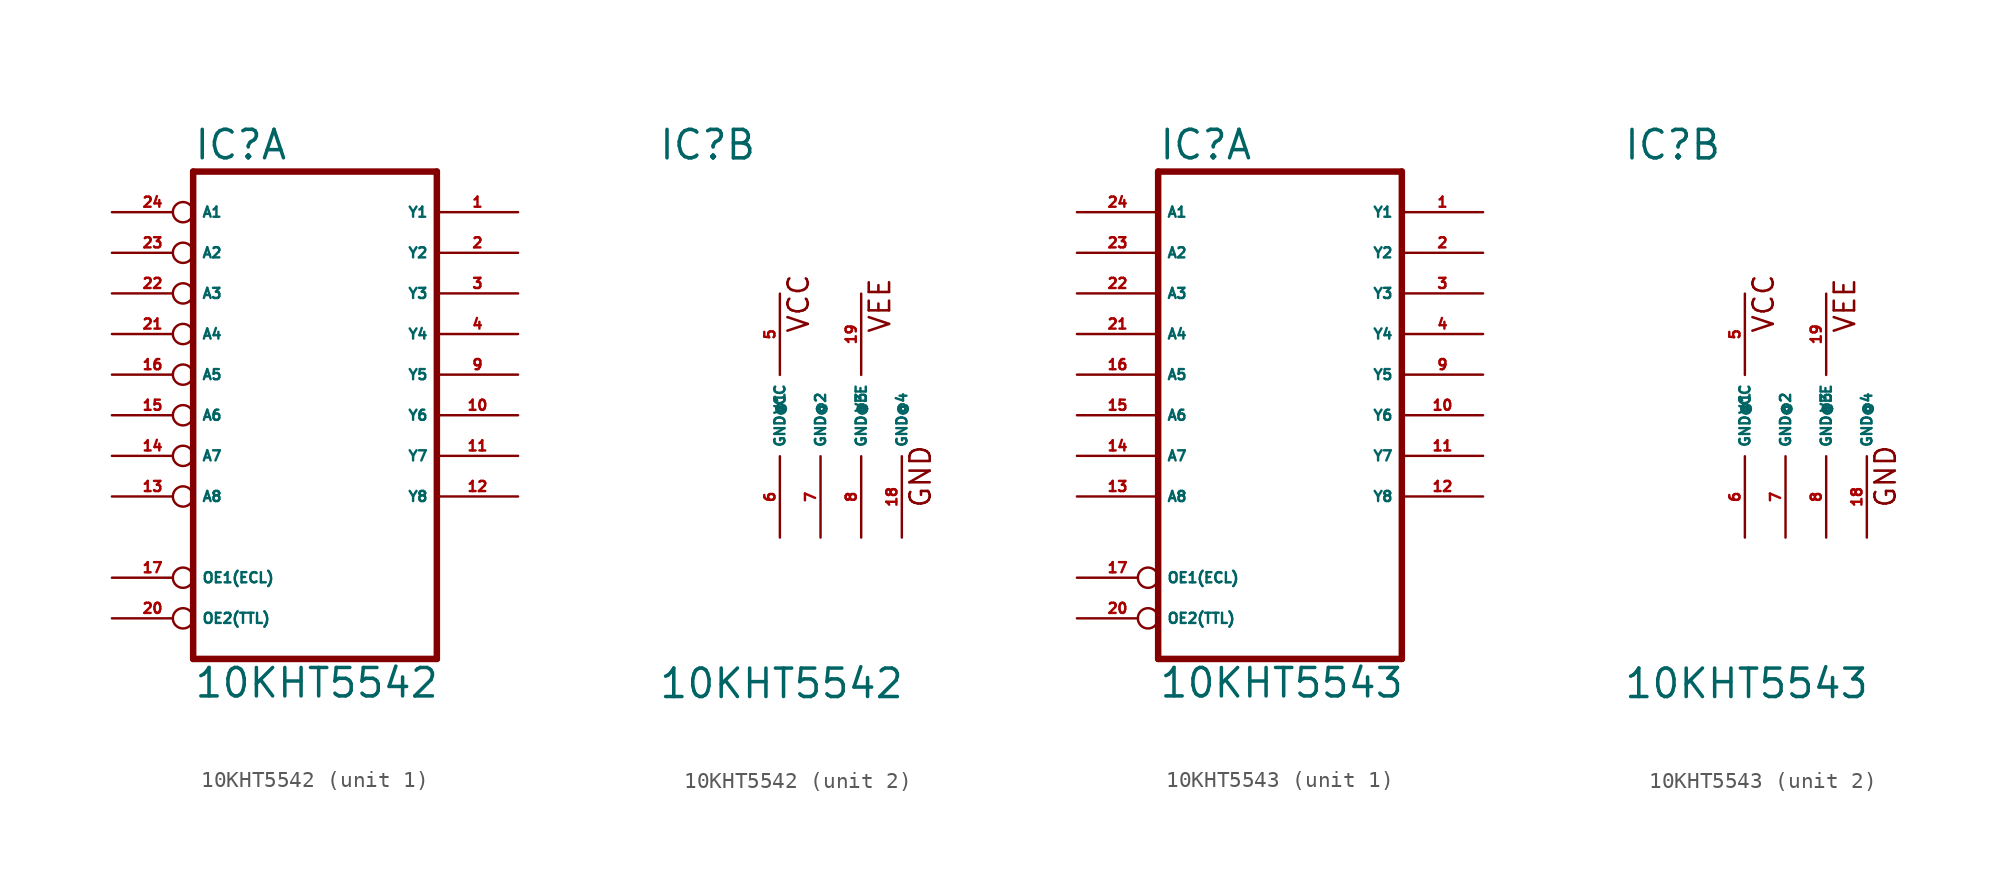
<source format=kicad_sym>
(kicad_symbol_lib
  (version 20220914)
  (generator Eagle2Kicad)
  (symbol "10KHT5542"
    (property "Reference" "IC"
      (at -10.16 15.875 0)
      (effects (font (size 1.778 1.778) (thickness 0.22)) (justify left bottom)))
    (property "Value" "10KHT5542"
      (at -10.16 -17.78 0)
      (effects (font (size 1.778 1.778) (thickness 0.22)) (justify left bottom)))
    (symbol "10KHT5542_1_0"
      (polyline (pts (xy -10.16 -15.24) (xy 5.08 -15.24)) (stroke (width 0.406) (type default)) (fill (type none)))
      (polyline (pts (xy -10.16 15.24) (xy 5.08 15.24)) (stroke (width 0.406) (type default)) (fill (type none)))
      (polyline (pts (xy 5.08 15.24) (xy 5.08 -15.24)) (stroke (width 0.406) (type default)) (fill (type none)))
      (polyline (pts (xy -10.16 15.24) (xy -10.16 -15.24)) (stroke (width 0.406) (type default)) (fill (type none)))
      (pin input inverted (at -15.24 -10.16 0) (length 5.08) (name "OE1(ECL)" (effects (font (size 0.635 0.635) (thickness 0.08)) (justify left bottom))) (number "17" (effects (font (size 0.635 0.635) (thickness 0.08)) (justify left bottom))))
      (pin input inverted (at -15.24 -12.7 0) (length 5.08) (name "OE2(TTL)" (effects (font (size 0.635 0.635) (thickness 0.08)) (justify left bottom))) (number "20" (effects (font (size 0.635 0.635) (thickness 0.08)) (justify left bottom))))
      (pin input inverted (at -15.24 12.7 0) (length 5.08) (name "A1" (effects (font (size 0.635 0.635) (thickness 0.08)) (justify left bottom))) (number "24" (effects (font (size 0.635 0.635) (thickness 0.08)) (justify left bottom))))
      (pin input inverted (at -15.24 10.16 0) (length 5.08) (name "A2" (effects (font (size 0.635 0.635) (thickness 0.08)) (justify left bottom))) (number "23" (effects (font (size 0.635 0.635) (thickness 0.08)) (justify left bottom))))
      (pin input inverted (at -15.24 7.62 0) (length 5.08) (name "A3" (effects (font (size 0.635 0.635) (thickness 0.08)) (justify left bottom))) (number "22" (effects (font (size 0.635 0.635) (thickness 0.08)) (justify left bottom))))
      (pin input inverted (at -15.24 5.08 0) (length 5.08) (name "A4" (effects (font (size 0.635 0.635) (thickness 0.08)) (justify left bottom))) (number "21" (effects (font (size 0.635 0.635) (thickness 0.08)) (justify left bottom))))
      (pin input inverted (at -15.24 2.54 0) (length 5.08) (name "A5" (effects (font (size 0.635 0.635) (thickness 0.08)) (justify left bottom))) (number "16" (effects (font (size 0.635 0.635) (thickness 0.08)) (justify left bottom))))
      (pin input inverted (at -15.24 0 0) (length 5.08) (name "A6" (effects (font (size 0.635 0.635) (thickness 0.08)) (justify left bottom))) (number "15" (effects (font (size 0.635 0.635) (thickness 0.08)) (justify left bottom))))
      (pin input inverted (at -15.24 -2.54 0) (length 5.08) (name "A7" (effects (font (size 0.635 0.635) (thickness 0.08)) (justify left bottom))) (number "14" (effects (font (size 0.635 0.635) (thickness 0.08)) (justify left bottom))))
      (pin input inverted (at -15.24 -5.08 0) (length 5.08) (name "A8" (effects (font (size 0.635 0.635) (thickness 0.08)) (justify left bottom))) (number "13" (effects (font (size 0.635 0.635) (thickness 0.08)) (justify left bottom))))
      (pin output line (at 10.16 12.7 180) (length 5.08) (name "Y1" (effects (font (size 0.635 0.635) (thickness 0.08)) (justify left bottom))) (number "1" (effects (font (size 0.635 0.635) (thickness 0.08)) (justify left bottom))))
      (pin output line (at 10.16 10.16 180) (length 5.08) (name "Y2" (effects (font (size 0.635 0.635) (thickness 0.08)) (justify left bottom))) (number "2" (effects (font (size 0.635 0.635) (thickness 0.08)) (justify left bottom))))
      (pin output line (at 10.16 7.62 180) (length 5.08) (name "Y3" (effects (font (size 0.635 0.635) (thickness 0.08)) (justify left bottom))) (number "3" (effects (font (size 0.635 0.635) (thickness 0.08)) (justify left bottom))))
      (pin output line (at 10.16 5.08 180) (length 5.08) (name "Y4" (effects (font (size 0.635 0.635) (thickness 0.08)) (justify left bottom))) (number "4" (effects (font (size 0.635 0.635) (thickness 0.08)) (justify left bottom))))
      (pin output line (at 10.16 2.54 180) (length 5.08) (name "Y5" (effects (font (size 0.635 0.635) (thickness 0.08)) (justify left bottom))) (number "9" (effects (font (size 0.635 0.635) (thickness 0.08)) (justify left bottom))))
      (pin output line (at 10.16 0 180) (length 5.08) (name "Y6" (effects (font (size 0.635 0.635) (thickness 0.08)) (justify left bottom))) (number "10" (effects (font (size 0.635 0.635) (thickness 0.08)) (justify left bottom))))
      (pin output line (at 10.16 -2.54 180) (length 5.08) (name "Y7" (effects (font (size 0.635 0.635) (thickness 0.08)) (justify left bottom))) (number "11" (effects (font (size 0.635 0.635) (thickness 0.08)) (justify left bottom))))
      (pin output line (at 10.16 -5.08 180) (length 5.08) (name "Y8" (effects (font (size 0.635 0.635) (thickness 0.08)) (justify left bottom))) (number "12" (effects (font (size 0.635 0.635) (thickness 0.08)) (justify left bottom)))))
    (symbol "10KHT5542_2_0"
      (text "VCC" (at -0.635 5.08 900) (effects (font (size 1.27 1.27) (thickness 0.16)) (justify left bottom)))
      (text "GND" (at 6.985 -5.842 900) (effects (font (size 1.27 1.27) (thickness 0.16)) (justify left bottom)))
      (text "VEE" (at 4.445 5.08 900) (effects (font (size 1.27 1.27) (thickness 0.16)) (justify left bottom)))
      (pin unspecified line (at -2.54 -7.62 90) (length 5.08) (name "GND@1" (effects (font (size 0.635 0.635) (thickness 0.08)) (justify left bottom))) (number "6" (effects (font (size 0.635 0.635) (thickness 0.08)) (justify left bottom))))
      (pin unspecified line (at 0 -7.62 90) (length 5.08) (name "GND@2" (effects (font (size 0.635 0.635) (thickness 0.08)) (justify left bottom))) (number "7" (effects (font (size 0.635 0.635) (thickness 0.08)) (justify left bottom))))
      (pin unspecified line (at 2.54 -7.62 90) (length 5.08) (name "GND@3" (effects (font (size 0.635 0.635) (thickness 0.08)) (justify left bottom))) (number "8" (effects (font (size 0.635 0.635) (thickness 0.08)) (justify left bottom))))
      (pin unspecified line (at 5.08 -7.62 90) (length 5.08) (name "GND@4" (effects (font (size 0.635 0.635) (thickness 0.08)) (justify left bottom))) (number "18" (effects (font (size 0.635 0.635) (thickness 0.08)) (justify left bottom))))
      (pin unspecified line (at -2.54 7.62 270) (length 5.08) (name "VCC" (effects (font (size 0.635 0.635) (thickness 0.08)) (justify left bottom))) (number "5" (effects (font (size 0.635 0.635) (thickness 0.08)) (justify left bottom))))
      (pin unspecified line (at 2.54 7.62 270) (length 5.08) (name "VEE" (effects (font (size 0.635 0.635) (thickness 0.08)) (justify left bottom))) (number "19" (effects (font (size 0.635 0.635) (thickness 0.08)) (justify left bottom))))))
  (symbol "10KHT5543"
    (property "Reference" "IC"
      (at -10.16 15.875 0)
      (effects (font (size 1.778 1.778) (thickness 0.22)) (justify left bottom)))
    (property "Value" "10KHT5543"
      (at -10.16 -17.78 0)
      (effects (font (size 1.778 1.778) (thickness 0.22)) (justify left bottom)))
    (symbol "10KHT5543_1_0"
      (polyline (pts (xy -10.16 -15.24) (xy 5.08 -15.24)) (stroke (width 0.406) (type default)) (fill (type none)))
      (polyline (pts (xy -10.16 15.24) (xy 5.08 15.24)) (stroke (width 0.406) (type default)) (fill (type none)))
      (polyline (pts (xy 5.08 15.24) (xy 5.08 -15.24)) (stroke (width 0.406) (type default)) (fill (type none)))
      (polyline (pts (xy -10.16 15.24) (xy -10.16 -15.24)) (stroke (width 0.406) (type default)) (fill (type none)))
      (pin input inverted (at -15.24 -10.16 0) (length 5.08) (name "OE1(ECL)" (effects (font (size 0.635 0.635) (thickness 0.08)) (justify left bottom))) (number "17" (effects (font (size 0.635 0.635) (thickness 0.08)) (justify left bottom))))
      (pin input inverted (at -15.24 -12.7 0) (length 5.08) (name "OE2(TTL)" (effects (font (size 0.635 0.635) (thickness 0.08)) (justify left bottom))) (number "20" (effects (font (size 0.635 0.635) (thickness 0.08)) (justify left bottom))))
      (pin input line (at -15.24 12.7 0) (length 5.08) (name "A1" (effects (font (size 0.635 0.635) (thickness 0.08)) (justify left bottom))) (number "24" (effects (font (size 0.635 0.635) (thickness 0.08)) (justify left bottom))))
      (pin input line (at -15.24 10.16 0) (length 5.08) (name "A2" (effects (font (size 0.635 0.635) (thickness 0.08)) (justify left bottom))) (number "23" (effects (font (size 0.635 0.635) (thickness 0.08)) (justify left bottom))))
      (pin input line (at -15.24 7.62 0) (length 5.08) (name "A3" (effects (font (size 0.635 0.635) (thickness 0.08)) (justify left bottom))) (number "22" (effects (font (size 0.635 0.635) (thickness 0.08)) (justify left bottom))))
      (pin input line (at -15.24 5.08 0) (length 5.08) (name "A4" (effects (font (size 0.635 0.635) (thickness 0.08)) (justify left bottom))) (number "21" (effects (font (size 0.635 0.635) (thickness 0.08)) (justify left bottom))))
      (pin input line (at -15.24 2.54 0) (length 5.08) (name "A5" (effects (font (size 0.635 0.635) (thickness 0.08)) (justify left bottom))) (number "16" (effects (font (size 0.635 0.635) (thickness 0.08)) (justify left bottom))))
      (pin input line (at -15.24 0 0) (length 5.08) (name "A6" (effects (font (size 0.635 0.635) (thickness 0.08)) (justify left bottom))) (number "15" (effects (font (size 0.635 0.635) (thickness 0.08)) (justify left bottom))))
      (pin input line (at -15.24 -2.54 0) (length 5.08) (name "A7" (effects (font (size 0.635 0.635) (thickness 0.08)) (justify left bottom))) (number "14" (effects (font (size 0.635 0.635) (thickness 0.08)) (justify left bottom))))
      (pin input line (at -15.24 -5.08 0) (length 5.08) (name "A8" (effects (font (size 0.635 0.635) (thickness 0.08)) (justify left bottom))) (number "13" (effects (font (size 0.635 0.635) (thickness 0.08)) (justify left bottom))))
      (pin output line (at 10.16 12.7 180) (length 5.08) (name "Y1" (effects (font (size 0.635 0.635) (thickness 0.08)) (justify left bottom))) (number "1" (effects (font (size 0.635 0.635) (thickness 0.08)) (justify left bottom))))
      (pin output line (at 10.16 10.16 180) (length 5.08) (name "Y2" (effects (font (size 0.635 0.635) (thickness 0.08)) (justify left bottom))) (number "2" (effects (font (size 0.635 0.635) (thickness 0.08)) (justify left bottom))))
      (pin output line (at 10.16 7.62 180) (length 5.08) (name "Y3" (effects (font (size 0.635 0.635) (thickness 0.08)) (justify left bottom))) (number "3" (effects (font (size 0.635 0.635) (thickness 0.08)) (justify left bottom))))
      (pin output line (at 10.16 5.08 180) (length 5.08) (name "Y4" (effects (font (size 0.635 0.635) (thickness 0.08)) (justify left bottom))) (number "4" (effects (font (size 0.635 0.635) (thickness 0.08)) (justify left bottom))))
      (pin output line (at 10.16 2.54 180) (length 5.08) (name "Y5" (effects (font (size 0.635 0.635) (thickness 0.08)) (justify left bottom))) (number "9" (effects (font (size 0.635 0.635) (thickness 0.08)) (justify left bottom))))
      (pin output line (at 10.16 0 180) (length 5.08) (name "Y6" (effects (font (size 0.635 0.635) (thickness 0.08)) (justify left bottom))) (number "10" (effects (font (size 0.635 0.635) (thickness 0.08)) (justify left bottom))))
      (pin output line (at 10.16 -2.54 180) (length 5.08) (name "Y7" (effects (font (size 0.635 0.635) (thickness 0.08)) (justify left bottom))) (number "11" (effects (font (size 0.635 0.635) (thickness 0.08)) (justify left bottom))))
      (pin output line (at 10.16 -5.08 180) (length 5.08) (name "Y8" (effects (font (size 0.635 0.635) (thickness 0.08)) (justify left bottom))) (number "12" (effects (font (size 0.635 0.635) (thickness 0.08)) (justify left bottom)))))
    (symbol "10KHT5543_2_0"
      (text "VCC" (at -0.635 5.08 900) (effects (font (size 1.27 1.27) (thickness 0.16)) (justify left bottom)))
      (text "GND" (at 6.985 -5.842 900) (effects (font (size 1.27 1.27) (thickness 0.16)) (justify left bottom)))
      (text "VEE" (at 4.445 5.08 900) (effects (font (size 1.27 1.27) (thickness 0.16)) (justify left bottom)))
      (pin unspecified line (at -2.54 -7.62 90) (length 5.08) (name "GND@1" (effects (font (size 0.635 0.635) (thickness 0.08)) (justify left bottom))) (number "6" (effects (font (size 0.635 0.635) (thickness 0.08)) (justify left bottom))))
      (pin unspecified line (at 0 -7.62 90) (length 5.08) (name "GND@2" (effects (font (size 0.635 0.635) (thickness 0.08)) (justify left bottom))) (number "7" (effects (font (size 0.635 0.635) (thickness 0.08)) (justify left bottom))))
      (pin unspecified line (at 2.54 -7.62 90) (length 5.08) (name "GND@3" (effects (font (size 0.635 0.635) (thickness 0.08)) (justify left bottom))) (number "8" (effects (font (size 0.635 0.635) (thickness 0.08)) (justify left bottom))))
      (pin unspecified line (at 5.08 -7.62 90) (length 5.08) (name "GND@4" (effects (font (size 0.635 0.635) (thickness 0.08)) (justify left bottom))) (number "18" (effects (font (size 0.635 0.635) (thickness 0.08)) (justify left bottom))))
      (pin unspecified line (at -2.54 7.62 270) (length 5.08) (name "VCC" (effects (font (size 0.635 0.635) (thickness 0.08)) (justify left bottom))) (number "5" (effects (font (size 0.635 0.635) (thickness 0.08)) (justify left bottom))))
      (pin unspecified line (at 2.54 7.62 270) (length 5.08) (name "VEE" (effects (font (size 0.635 0.635) (thickness 0.08)) (justify left bottom))) (number "19" (effects (font (size 0.635 0.635) (thickness 0.08)) (justify left bottom)))))))
</source>
